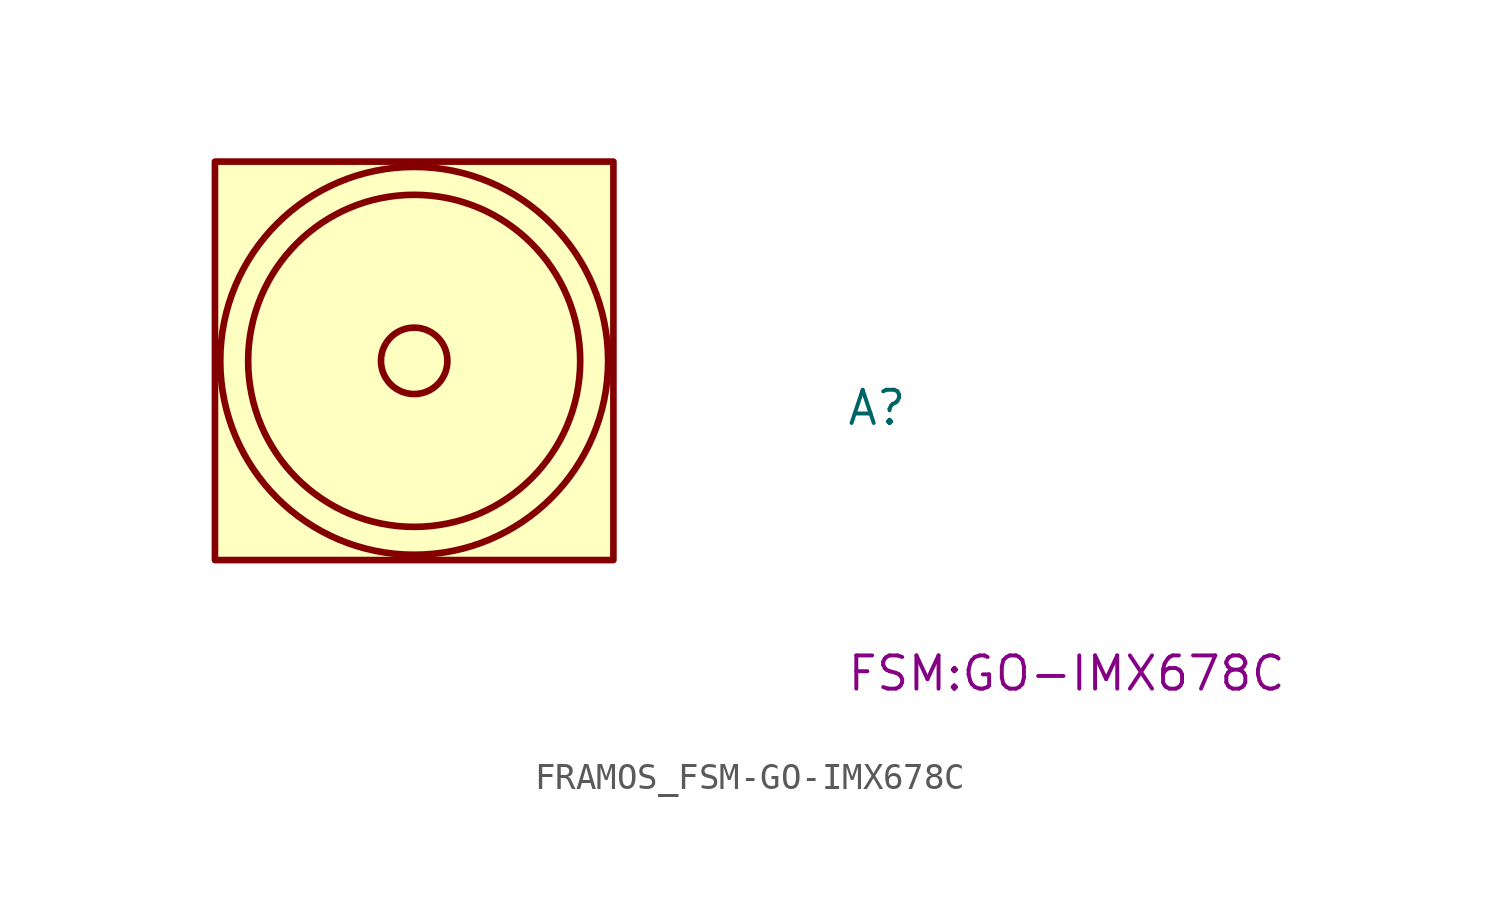
<source format=kicad_sym>
(kicad_symbol_lib
  (version 20220914)
  (generator kicad_symbol_editor)
  (symbol "FRAMOS_FSM-GO-IMX678C"
    (property "Reference" "A"
      (at 16.51 -2.54 0)
      (effects (font (size 1.27 1.27) (thickness 0.15)) (justify left bottom)))
    (property "MPN" "FSM:GO-IMX678C"
      (at 16.51 -12.7 0)
      (effects (font (size 1.27 1.27) (thickness 0.15)) (justify left bottom)))
    (symbol "FRAMOS_FSM-GO-IMX678C_1_1"
      (rectangle (start -7.62 7.62) (end 7.62 -7.62) (stroke (width 0.254) (type default)) (fill (type background)))
      (circle (center 0 0) (radius 1.27) (stroke (width 0.254) (type default)) (fill (type background)))
      (circle (center 0 0) (radius 6.35) (stroke (width 0.254) (type default)) (fill (type background)))
      (circle (center 0 0) (radius 7.417) (stroke (width 0.254) (type default)) (fill (type background))))))
</source>
